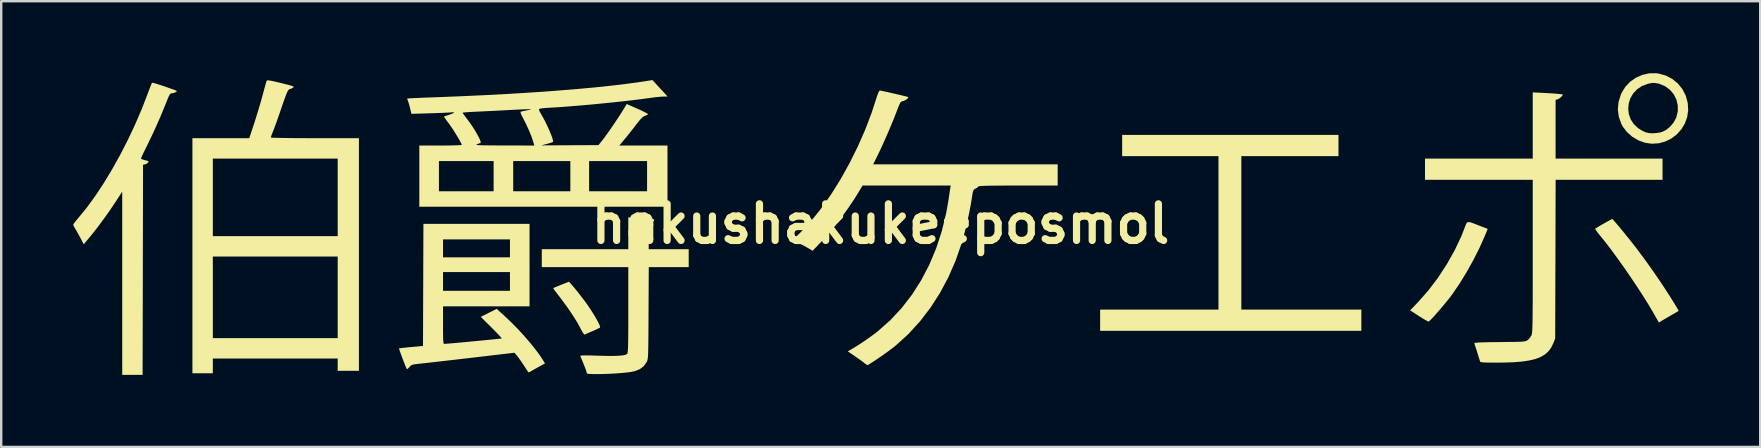
<source format=kicad_pcb>
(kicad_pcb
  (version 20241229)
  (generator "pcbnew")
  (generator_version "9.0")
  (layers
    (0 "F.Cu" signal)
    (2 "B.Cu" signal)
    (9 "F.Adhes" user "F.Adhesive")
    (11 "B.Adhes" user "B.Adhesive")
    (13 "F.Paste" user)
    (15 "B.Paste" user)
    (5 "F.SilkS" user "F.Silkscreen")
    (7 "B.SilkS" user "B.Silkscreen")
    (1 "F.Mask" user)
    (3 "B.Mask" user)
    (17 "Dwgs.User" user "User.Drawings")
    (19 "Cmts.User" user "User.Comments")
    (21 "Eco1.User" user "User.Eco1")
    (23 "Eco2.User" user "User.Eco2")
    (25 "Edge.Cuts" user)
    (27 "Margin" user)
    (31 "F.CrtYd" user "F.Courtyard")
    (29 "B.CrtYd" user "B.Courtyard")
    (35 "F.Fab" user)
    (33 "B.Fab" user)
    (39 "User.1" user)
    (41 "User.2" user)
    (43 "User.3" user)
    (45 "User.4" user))
  (footprint "hakushakukeeposmol"
    (layer "F.Cu")
    (at 33.629 6.276)
    (property "Reference" "hakushakukeeposmol" (at 0 0 0) (layer "F.SilkS") (effects (font (size 1.524 1.524) (thickness 0.3))))
    (attr board_only exclude_from_pos_files exclude_from_bom)
    (fp_poly (pts (xy 19.076 -2.822) (xy 15.029 -2.822) (xy 15.029 3.57) (xy 20.028 3.57) (xy 20.028 4.454) (xy 9.147 4.454) (xy 9.147 3.57) (xy 14.077 3.57) (xy 14.077 -2.822) (xy 10.065 -2.822) (xy 10.065 -3.706) (xy 19.076 -3.706)) (stroke (width 0) (type solid)) (fill yes) (layer "F.SilkS"))
    (fp_poly (pts (xy 24.563 -0.068) (xy 24.677 -0.03) (xy 24.837 0.032) (xy 24.934 0.07) (xy 25.293 0.209) (xy 25.156 0.538) (xy 24.943 1.015) (xy 24.692 1.511) (xy 24.415 2.007) (xy 24.124 2.48) (xy 23.831 2.911) (xy 23.778 2.983) (xy 23.681 3.11) (xy 23.563 3.256) (xy 23.433 3.413) (xy 23.298 3.572) (xy 23.167 3.723) (xy 23.046 3.858) (xy 22.945 3.966) (xy 22.871 4.04) (xy 22.833 4.069) (xy 22.793 4.056) (xy 22.708 4.011) (xy 22.591 3.942) (xy 22.452 3.856) (xy 22.43 3.841) (xy 22.062 3.603) (xy 22.397 3.251) (xy 22.822 2.769) (xy 23.223 2.24) (xy 23.591 1.677) (xy 23.918 1.097) (xy 24.193 0.514) (xy 24.313 0.211) (xy 24.359 0.085) (xy 24.396 -0.004) (xy 24.435 -0.057) (xy 24.487 -0.077)) (stroke (width 0) (type solid)) (fill yes) (layer "F.SilkS"))
    (fp_poly (pts (xy -12.949 2.44) (xy -12.884 2.511) (xy -12.793 2.617) (xy -12.684 2.75) (xy -12.566 2.899) (xy -12.444 3.055) (xy -12.327 3.209) (xy -12.223 3.352) (xy -12.166 3.434) (xy -12.039 3.624) (xy -11.925 3.808) (xy -11.827 3.976) (xy -11.75 4.12) (xy -11.699 4.231) (xy -11.68 4.3) (xy -11.684 4.317) (xy -11.731 4.344) (xy -11.839 4.396) (xy -12.008 4.472) (xy -12.239 4.573) (xy -12.327 4.611) (xy -12.358 4.59) (xy -12.406 4.521) (xy -12.463 4.419) (xy -12.471 4.404) (xy -12.618 4.13) (xy -12.807 3.826) (xy -13.038 3.486) (xy -13.316 3.106) (xy -13.58 2.764) (xy -13.62 2.705) (xy -13.631 2.674) (xy -13.631 2.674) (xy -13.592 2.655) (xy -13.507 2.62) (xy -13.394 2.573) (xy -13.269 2.523) (xy -13.149 2.476) (xy -13.051 2.438) (xy -12.991 2.417) (xy -12.981 2.414)) (stroke (width 0) (type solid)) (fill yes) (layer "F.SilkS"))
    (fp_poly (pts (xy 30.51 -0.179) (xy 30.573 -0.108) (xy 30.665 -0.001) (xy 30.78 0.135) (xy 30.909 0.292) (xy 31.047 0.461) (xy 31.187 0.635) (xy 31.322 0.804) (xy 31.445 0.961) (xy 31.49 1.02) (xy 31.838 1.487) (xy 32.196 1.989) (xy 32.545 2.5) (xy 32.866 2.994) (xy 32.905 3.056) (xy 33.013 3.229) (xy 33.106 3.38) (xy 33.18 3.503) (xy 33.229 3.586) (xy 33.247 3.622) (xy 33.247 3.623) (xy 33.215 3.643) (xy 33.138 3.689) (xy 33.026 3.753) (xy 32.932 3.808) (xy 32.791 3.889) (xy 32.661 3.965) (xy 32.562 4.023) (xy 32.524 4.046) (xy 32.422 4.107) (xy 32.167 3.662) (xy 31.98 3.347) (xy 31.761 2.997) (xy 31.519 2.624) (xy 31.261 2.239) (xy 30.996 1.853) (xy 30.73 1.479) (xy 30.472 1.126) (xy 30.23 0.807) (xy 30.011 0.534) (xy 29.96 0.472) (xy 29.873 0.364) (xy 29.807 0.274) (xy 29.773 0.216) (xy 29.771 0.202) (xy 29.804 0.178) (xy 29.882 0.129) (xy 29.99 0.065) (xy 30.115 -0.007) (xy 30.241 -0.078) (xy 30.353 -0.14) (xy 30.438 -0.185) (xy 30.48 -0.204) (xy 30.481 -0.204)) (stroke (width 0) (type solid)) (fill yes) (layer "F.SilkS"))
    (fp_poly (pts (xy 32.408 -6.263) (xy 32.711 -6.178) (xy 32.982 -6.037) (xy 33.216 -5.845) (xy 33.405 -5.609) (xy 33.544 -5.337) (xy 33.626 -5.033) (xy 33.626 -5.031) (xy 33.643 -4.728) (xy 33.599 -4.44) (xy 33.5 -4.173) (xy 33.354 -3.933) (xy 33.166 -3.725) (xy 32.942 -3.556) (xy 32.69 -3.431) (xy 32.416 -3.357) (xy 32.125 -3.339) (xy 31.844 -3.379) (xy 31.567 -3.479) (xy 31.312 -3.631) (xy 31.091 -3.827) (xy 30.917 -4.056) (xy 30.859 -4.164) (xy 30.752 -4.464) (xy 30.713 -4.769) (xy 30.716 -4.795) (xy 31.145 -4.795) (xy 31.172 -4.571) (xy 31.247 -4.357) (xy 31.374 -4.16) (xy 31.552 -3.99) (xy 31.732 -3.878) (xy 31.874 -3.815) (xy 31.999 -3.784) (xy 32.147 -3.774) (xy 32.166 -3.774) (xy 32.316 -3.784) (xy 32.469 -3.807) (xy 32.56 -3.831) (xy 32.733 -3.92) (xy 32.899 -4.06) (xy 33.042 -4.231) (xy 33.142 -4.418) (xy 33.147 -4.431) (xy 33.21 -4.687) (xy 33.209 -4.939) (xy 33.152 -5.178) (xy 33.042 -5.397) (xy 32.885 -5.584) (xy 32.685 -5.732) (xy 32.448 -5.832) (xy 32.365 -5.852) (xy 32.236 -5.871) (xy 32.12 -5.867) (xy 31.981 -5.839) (xy 31.963 -5.834) (xy 31.715 -5.741) (xy 31.511 -5.604) (xy 31.351 -5.432) (xy 31.235 -5.234) (xy 31.167 -5.018) (xy 31.145 -4.795) (xy 30.716 -4.795) (xy 30.742 -5.077) (xy 30.839 -5.388) (xy 30.871 -5.461) (xy 31.024 -5.71) (xy 31.226 -5.921) (xy 31.466 -6.089) (xy 31.734 -6.207) (xy 32.02 -6.272) (xy 32.312 -6.276)) (stroke (width 0) (type solid)) (fill yes) (layer "F.SilkS"))
    (fp_poly (pts (xy -25.471 -5.976) (xy -25.377 -5.96) (xy -25.239 -5.93) (xy -25.047 -5.885) (xy -24.978 -5.869) (xy -24.77 -5.817) (xy -24.62 -5.778) (xy -24.521 -5.748) (xy -24.466 -5.725) (xy -24.446 -5.705) (xy -24.455 -5.687) (xy -24.457 -5.685) (xy -24.532 -5.641) (xy -24.603 -5.615) (xy -24.634 -5.603) (xy -24.662 -5.58) (xy -24.691 -5.538) (xy -24.725 -5.468) (xy -24.767 -5.364) (xy -24.821 -5.217) (xy -24.891 -5.02) (xy -24.957 -4.827) (xy -25.036 -4.597) (xy -25.114 -4.375) (xy -25.186 -4.173) (xy -25.248 -4.005) (xy -25.294 -3.883) (xy -25.309 -3.845) (xy -25.355 -3.732) (xy -25.387 -3.644) (xy -25.4 -3.599) (xy -25.4 -3.598) (xy -25.367 -3.593) (xy -25.272 -3.588) (xy -25.122 -3.584) (xy -24.922 -3.58) (xy -24.679 -3.576) (xy -24.399 -3.573) (xy -24.088 -3.571) (xy -23.752 -3.57) (xy -23.564 -3.57) (xy -21.728 -3.57) (xy -21.728 6.12) (xy -22.612 6.12) (xy -22.612 5.61) (xy -27.814 5.61) (xy -27.814 6.222) (xy -28.664 6.222) (xy -28.664 4.76) (xy -27.814 4.76) (xy -22.612 4.76) (xy -22.612 1.36) (xy -27.814 1.36) (xy -27.814 4.76) (xy -28.664 4.76) (xy -28.664 0.51) (xy -27.814 0.51) (xy -22.612 0.51) (xy -22.612 -2.72) (xy -27.814 -2.72) (xy -27.814 0.51) (xy -28.664 0.51) (xy -28.664 -3.57) (xy -26.295 -3.57) (xy -26.09 -4.191) (xy -26.012 -4.436) (xy -25.928 -4.708) (xy -25.846 -4.982) (xy -25.775 -5.232) (xy -25.741 -5.355) (xy -25.691 -5.541) (xy -25.646 -5.707) (xy -25.609 -5.839) (xy -25.584 -5.926) (xy -25.575 -5.954) (xy -25.56 -5.972) (xy -25.529 -5.98)) (stroke (width 0) (type solid)) (fill yes) (layer "F.SilkS"))
    (fp_poly (pts (xy -30.309 -5.875) (xy -30.219 -5.852) (xy -30.09 -5.814) (xy -29.935 -5.763) (xy -29.894 -5.749) (xy -29.682 -5.676) (xy -29.526 -5.621) (xy -29.418 -5.583) (xy -29.352 -5.556) (xy -29.32 -5.537) (xy -29.314 -5.523) (xy -29.327 -5.51) (xy -29.351 -5.494) (xy -29.359 -5.489) (xy -29.445 -5.451) (xy -29.514 -5.44) (xy -29.553 -5.436) (xy -29.586 -5.416) (xy -29.619 -5.37) (xy -29.66 -5.288) (xy -29.713 -5.16) (xy -29.766 -5.026) (xy -30.009 -4.436) (xy -30.28 -3.828) (xy -30.563 -3.24) (xy -30.566 -3.235) (xy -30.648 -3.069) (xy -30.718 -2.924) (xy -30.771 -2.811) (xy -30.801 -2.741) (xy -30.806 -2.724) (xy -30.776 -2.699) (xy -30.699 -2.67) (xy -30.635 -2.652) (xy -30.536 -2.626) (xy -30.493 -2.605) (xy -30.494 -2.579) (xy -30.519 -2.548) (xy -30.593 -2.494) (xy -30.648 -2.476) (xy -30.721 -2.465) (xy -30.73 1.913) (xy -30.739 6.29) (xy -31.588 6.29) (xy -31.588 -1.343) (xy -31.863 -0.921) (xy -32.095 -0.575) (xy -32.35 -0.216) (xy -32.611 0.136) (xy -32.863 0.457) (xy -32.956 0.569) (xy -33.19 0.85) (xy -33.329 0.586) (xy -33.404 0.448) (xy -33.478 0.315) (xy -33.538 0.214) (xy -33.549 0.196) (xy -33.598 0.111) (xy -33.626 0.047) (xy -33.629 0.033) (xy -33.608 -0.006) (xy -33.551 -0.084) (xy -33.468 -0.186) (xy -33.408 -0.256) (xy -33.062 -0.68) (xy -32.71 -1.163) (xy -32.359 -1.695) (xy -32.012 -2.268) (xy -31.675 -2.872) (xy -31.353 -3.499) (xy -31.051 -4.14) (xy -30.773 -4.786) (xy -30.548 -5.368) (xy -30.484 -5.538) (xy -30.428 -5.686) (xy -30.383 -5.798) (xy -30.354 -5.865) (xy -30.347 -5.877)) (stroke (width 0) (type solid)) (fill yes) (layer "F.SilkS"))
    (fp_poly (pts (xy -10.107 -0.254) (xy -9.851 -0.24) (xy -9.659 -0.226) (xy -9.526 -0.209) (xy -9.448 -0.19) (xy -9.42 -0.165) (xy -9.439 -0.135) (xy -9.501 -0.097) (xy -9.538 -0.078) (xy -9.657 -0.021) (xy -9.657 1.054) (xy -7.991 1.054) (xy -7.991 1.802) (xy -9.654 1.802) (xy -9.664 3.715) (xy -9.666 4.123) (xy -9.668 4.47) (xy -9.67 4.759) (xy -9.673 4.998) (xy -9.676 5.191) (xy -9.68 5.344) (xy -9.685 5.463) (xy -9.691 5.553) (xy -9.699 5.62) (xy -9.709 5.67) (xy -9.721 5.708) (xy -9.734 5.74) (xy -9.75 5.77) (xy -9.871 5.935) (xy -10.039 6.057) (xy -10.235 6.134) (xy -10.365 6.162) (xy -10.55 6.188) (xy -10.778 6.211) (xy -11.036 6.23) (xy -11.311 6.245) (xy -11.59 6.254) (xy -11.807 6.256) (xy -11.987 6.255) (xy -12.109 6.252) (xy -12.185 6.245) (xy -12.225 6.231) (xy -12.24 6.211) (xy -12.242 6.197) (xy -12.249 6.156) (xy -12.272 6.084) (xy -12.314 5.973) (xy -12.377 5.817) (xy -12.463 5.608) (xy -12.504 5.512) (xy -12.502 5.497) (xy -12.475 5.486) (xy -12.415 5.48) (xy -12.316 5.477) (xy -12.17 5.479) (xy -11.968 5.484) (xy -11.792 5.49) (xy -11.438 5.499) (xy -11.148 5.5) (xy -10.918 5.493) (xy -10.746 5.478) (xy -10.628 5.454) (xy -10.561 5.421) (xy -10.556 5.417) (xy -10.545 5.397) (xy -10.536 5.36) (xy -10.528 5.298) (xy -10.522 5.208) (xy -10.517 5.084) (xy -10.513 4.92) (xy -10.51 4.712) (xy -10.508 4.453) (xy -10.507 4.14) (xy -10.507 3.766) (xy -10.507 3.585) (xy -10.507 1.802) (xy -14.111 1.802) (xy -14.111 1.054) (xy -10.507 1.054) (xy -10.507 -0.272)) (stroke (width 0) (type solid)) (fill yes) (layer "F.SilkS"))
    (fp_poly (pts (xy 27.653 -5.454) (xy 27.841 -5.444) (xy 28.019 -5.433) (xy 28.167 -5.422) (xy 28.269 -5.412) (xy 28.285 -5.41) (xy 28.433 -5.389) (xy 28.362 -5.3) (xy 28.286 -5.23) (xy 28.206 -5.189) (xy 28.12 -5.167) (xy 28.12 -2.72) (xy 32.575 -2.72) (xy 32.575 -1.836) (xy 28.122 -1.836) (xy 28.113 1.471) (xy 28.103 4.777) (xy 28.023 4.977) (xy 27.934 5.157) (xy 27.82 5.31) (xy 27.677 5.438) (xy 27.5 5.543) (xy 27.282 5.627) (xy 27.021 5.69) (xy 26.71 5.736) (xy 26.344 5.765) (xy 25.92 5.778) (xy 25.655 5.78) (xy 25.411 5.779) (xy 25.229 5.776) (xy 25.101 5.769) (xy 25.021 5.759) (xy 24.982 5.745) (xy 24.976 5.738) (xy 24.961 5.689) (xy 24.93 5.591) (xy 24.889 5.46) (xy 24.856 5.355) (xy 24.811 5.21) (xy 24.771 5.087) (xy 24.743 5.003) (xy 24.733 4.974) (xy 24.743 4.962) (xy 24.789 4.952) (xy 24.877 4.944) (xy 25.011 4.937) (xy 25.196 4.932) (xy 25.438 4.927) (xy 25.742 4.924) (xy 25.786 4.923) (xy 26.085 4.92) (xy 26.324 4.917) (xy 26.51 4.914) (xy 26.65 4.909) (xy 26.754 4.902) (xy 26.827 4.893) (xy 26.879 4.882) (xy 26.916 4.867) (xy 26.946 4.848) (xy 26.953 4.843) (xy 27.036 4.762) (xy 27.105 4.663) (xy 27.109 4.656) (xy 27.119 4.633) (xy 27.127 4.603) (xy 27.135 4.561) (xy 27.142 4.504) (xy 27.148 4.427) (xy 27.152 4.326) (xy 27.156 4.197) (xy 27.16 4.036) (xy 27.162 3.839) (xy 27.164 3.601) (xy 27.166 3.318) (xy 27.167 2.986) (xy 27.168 2.601) (xy 27.168 2.159) (xy 27.168 1.655) (xy 27.168 1.352) (xy 27.168 -1.836) (xy 22.68 -1.836) (xy 22.68 -2.72) (xy 27.168 -2.72) (xy 27.168 -5.477)) (stroke (width 0) (type solid)) (fill yes) (layer "F.SilkS"))
    (fp_poly (pts (xy -14.621 3.434) (xy -18.225 3.434) (xy -18.225 4.216) (xy -18.225 4.479) (xy -18.222 4.68) (xy -18.217 4.827) (xy -18.209 4.924) (xy -18.199 4.979) (xy -18.185 4.998) (xy -18.183 4.999) (xy -18.128 4.996) (xy -18.017 4.987) (xy -17.86 4.974) (xy -17.667 4.957) (xy -17.447 4.937) (xy -17.208 4.915) (xy -16.961 4.892) (xy -16.715 4.868) (xy -16.479 4.845) (xy -16.263 4.824) (xy -16.075 4.805) (xy -15.926 4.79) (xy -15.824 4.778) (xy -15.779 4.772) (xy -15.778 4.771) (xy -15.796 4.744) (xy -15.855 4.677) (xy -15.949 4.578) (xy -16.069 4.454) (xy -16.208 4.315) (xy -16.653 3.873) (xy -16.321 3.706) (xy -15.989 3.54) (xy -15.62 3.875) (xy -15.371 4.111) (xy -15.114 4.373) (xy -14.86 4.649) (xy -14.617 4.928) (xy -14.398 5.198) (xy -14.212 5.447) (xy -14.08 5.645) (xy -13.977 5.812) (xy -14.206 5.938) (xy -14.333 6.008) (xy -14.452 6.075) (xy -14.538 6.124) (xy -14.54 6.126) (xy -14.613 6.166) (xy -14.656 6.186) (xy -14.659 6.186) (xy -14.682 6.159) (xy -14.733 6.086) (xy -14.803 5.98) (xy -14.859 5.894) (xy -14.951 5.755) (xy -15.043 5.624) (xy -15.119 5.521) (xy -15.148 5.485) (xy -15.25 5.367) (xy -17.001 5.573) (xy -17.354 5.614) (xy -17.699 5.654) (xy -18.027 5.692) (xy -18.33 5.727) (xy -18.601 5.758) (xy -18.83 5.784) (xy -19.009 5.804) (xy -19.13 5.816) (xy -19.144 5.818) (xy -19.313 5.836) (xy -19.428 5.852) (xy -19.505 5.871) (xy -19.557 5.896) (xy -19.598 5.933) (xy -19.625 5.963) (xy -19.684 6.025) (xy -19.724 6.053) (xy -19.73 6.052) (xy -19.751 6.013) (xy -19.788 5.926) (xy -19.836 5.806) (xy -19.889 5.667) (xy -19.943 5.524) (xy -19.992 5.39) (xy -20.031 5.28) (xy -20.054 5.208) (xy -20.058 5.187) (xy -20.021 5.18) (xy -19.929 5.168) (xy -19.794 5.153) (xy -19.627 5.136) (xy -19.552 5.129) (xy -19.059 5.083) (xy -19.051 2.788) (xy -18.225 2.788) (xy -15.437 2.788) (xy -15.437 2.006) (xy -18.225 2.006) (xy -18.225 2.788) (xy -19.051 2.788) (xy -19.05 2.542) (xy -19.046 1.394) (xy -18.225 1.394) (xy -15.437 1.394) (xy -15.437 0.646) (xy -18.225 0.646) (xy -18.225 1.394) (xy -19.046 1.394) (xy -19.041 0) (xy -14.621 0)) (stroke (width 0) (type solid)) (fill yes) (layer "F.SilkS"))
    (fp_poly (pts (xy 0.02 -5.547) (xy 0.121 -5.526) (xy 0.259 -5.496) (xy 0.42 -5.46) (xy 0.592 -5.421) (xy 0.761 -5.382) (xy 0.915 -5.345) (xy 1.041 -5.314) (xy 1.124 -5.293) (xy 1.153 -5.283) (xy 1.15 -5.25) (xy 1.103 -5.202) (xy 1.032 -5.154) (xy 0.955 -5.12) (xy 0.935 -5.115) (xy 0.89 -5.104) (xy 0.854 -5.082) (xy 0.82 -5.04) (xy 0.783 -4.966) (xy 0.735 -4.85) (xy 0.67 -4.682) (xy 0.664 -4.664) (xy 0.558 -4.393) (xy 0.432 -4.086) (xy 0.294 -3.762) (xy 0.152 -3.44) (xy 0.015 -3.139) (xy -0.109 -2.878) (xy -0.141 -2.814) (xy -0.307 -2.482) (xy 7.379 -2.482) (xy 7.379 -1.598) (xy 5.729 -1.598) (xy 5.293 -1.597) (xy 4.924 -1.595) (xy 4.621 -1.592) (xy 4.385 -1.587) (xy 4.216 -1.58) (xy 4.114 -1.573) (xy 4.08 -1.564) (xy 4.053 -1.528) (xy 3.984 -1.484) (xy 3.967 -1.475) (xy 3.919 -1.45) (xy 3.884 -1.421) (xy 3.86 -1.375) (xy 3.84 -1.3) (xy 3.819 -1.181) (xy 3.796 -1.025) (xy 3.748 -0.743) (xy 3.684 -0.419) (xy 3.608 -0.073) (xy 3.525 0.272) (xy 3.44 0.596) (xy 3.379 0.805) (xy 3.129 1.528) (xy 2.827 2.22) (xy 2.476 2.876) (xy 2.079 3.493) (xy 1.64 4.065) (xy 1.161 4.588) (xy 0.645 5.057) (xy 0.578 5.112) (xy 0.464 5.2) (xy 0.324 5.304) (xy 0.167 5.416) (xy 0.004 5.531) (xy -0.155 5.64) (xy -0.3 5.737) (xy -0.42 5.814) (xy -0.506 5.865) (xy -0.546 5.882) (xy -0.587 5.862) (xy -0.655 5.813) (xy -0.674 5.797) (xy -0.745 5.742) (xy -0.856 5.661) (xy -0.987 5.568) (xy -1.07 5.511) (xy -1.365 5.31) (xy -1.201 5.216) (xy -0.984 5.084) (xy -0.738 4.924) (xy -0.488 4.752) (xy -0.257 4.584) (xy -0.113 4.472) (xy 0.406 4.013) (xy 0.882 3.503) (xy 1.312 2.946) (xy 1.696 2.343) (xy 2.033 1.699) (xy 2.319 1.015) (xy 2.554 0.296) (xy 2.737 -0.457) (xy 2.838 -1.037) (xy 2.861 -1.199) (xy 2.883 -1.344) (xy 2.899 -1.455) (xy 2.907 -1.505) (xy 2.923 -1.598) (xy -0.75 -1.598) (xy -0.842 -1.44) (xy -1.109 -1.009) (xy -1.408 -0.569) (xy -1.727 -0.136) (xy -2.053 0.274) (xy -2.373 0.642) (xy -2.499 0.776) (xy -2.83 1.121) (xy -2.971 1.035) (xy -3.068 0.979) (xy -3.201 0.906) (xy -3.346 0.83) (xy -3.387 0.809) (xy -3.663 0.669) (xy -3.448 0.468) (xy -3.289 0.31) (xy -3.104 0.112) (xy -2.906 -0.112) (xy -2.708 -0.348) (xy -2.524 -0.579) (xy -2.455 -0.668) (xy -2.05 -1.242) (xy -1.659 -1.869) (xy -1.288 -2.536) (xy -0.945 -3.226) (xy -0.638 -3.926) (xy -0.373 -4.621) (xy -0.211 -5.117) (xy -0.145 -5.324) (xy -0.092 -5.464) (xy -0.052 -5.54) (xy -0.03 -5.556)) (stroke (width 0) (type solid)) (fill yes) (layer "F.SilkS"))
    (fp_poly (pts (xy -9.185 -5.648) (xy -8.869 -5.304) (xy -9.04 -5.304) (xy -9.139 -5.299) (xy -9.287 -5.286) (xy -9.463 -5.265) (xy -9.648 -5.24) (xy -9.663 -5.238) (xy -9.968 -5.197) (xy -10.327 -5.152) (xy -10.729 -5.106) (xy -11.16 -5.06) (xy -11.609 -5.015) (xy -12.062 -4.971) (xy -12.507 -4.932) (xy -12.931 -4.897) (xy -13.321 -4.867) (xy -13.665 -4.845) (xy -13.743 -4.841) (xy -13.91 -4.831) (xy -14.054 -4.818) (xy -14.16 -4.805) (xy -14.214 -4.794) (xy -14.215 -4.793) (xy -14.227 -4.759) (xy -14.202 -4.687) (xy -14.137 -4.57) (xy -14.137 -4.568) (xy -14.044 -4.406) (xy -13.952 -4.228) (xy -13.863 -4.043) (xy -13.783 -3.864) (xy -13.717 -3.701) (xy -13.668 -3.564) (xy -13.642 -3.465) (xy -13.644 -3.415) (xy -13.645 -3.413) (xy -13.685 -3.396) (xy -13.773 -3.367) (xy -13.889 -3.334) (xy -13.896 -3.332) (xy -14.128 -3.27) (xy -12.939 -3.276) (xy -11.751 -3.281) (xy -11.586 -3.485) (xy -11.496 -3.602) (xy -11.379 -3.763) (xy -11.246 -3.953) (xy -11.105 -4.159) (xy -10.965 -4.367) (xy -10.837 -4.563) (xy -10.73 -4.733) (xy -10.699 -4.783) (xy -10.573 -4.993) (xy -10.132 -4.8) (xy -9.974 -4.729) (xy -9.84 -4.664) (xy -9.743 -4.613) (xy -9.693 -4.58) (xy -9.688 -4.573) (xy -9.716 -4.543) (xy -9.787 -4.511) (xy -9.804 -4.505) (xy -9.864 -4.479) (xy -9.929 -4.43) (xy -10.008 -4.348) (xy -10.11 -4.224) (xy -10.195 -4.114) (xy -10.321 -3.951) (xy -10.456 -3.779) (xy -10.583 -3.621) (xy -10.674 -3.511) (xy -10.881 -3.264) (xy -8.875 -3.264) (xy -8.875 -0.714) (xy -19.212 -0.714) (xy -19.212 -1.36) (xy -18.395 -1.36) (xy -16.117 -1.36) (xy -15.301 -1.36) (xy -12.921 -1.36) (xy -12.139 -1.36) (xy -9.725 -1.36) (xy -9.725 -2.618) (xy -12.139 -2.618) (xy -12.139 -1.36) (xy -12.921 -1.36) (xy -12.921 -2.618) (xy -15.301 -2.618) (xy -15.301 -1.36) (xy -16.117 -1.36) (xy -16.117 -2.618) (xy -18.395 -2.618) (xy -18.395 -1.36) (xy -19.212 -1.36) (xy -19.212 -3.264) (xy -18.327 -3.264) (xy -18.09 -3.265) (xy -17.877 -3.268) (xy -17.697 -3.272) (xy -17.559 -3.278) (xy -17.471 -3.284) (xy -17.443 -3.291) (xy -17.461 -3.342) (xy -17.51 -3.436) (xy -17.581 -3.563) (xy -17.669 -3.708) (xy -17.764 -3.861) (xy -17.861 -4.008) (xy -17.95 -4.137) (xy -17.992 -4.195) (xy -18.077 -4.308) (xy -18.142 -4.4) (xy -18.18 -4.457) (xy -18.185 -4.471) (xy -18.149 -4.485) (xy -18.069 -4.512) (xy -17.987 -4.539) (xy -17.857 -4.585) (xy -17.782 -4.621) (xy -17.775 -4.63) (xy -17.409 -4.63) (xy -17.39 -4.596) (xy -17.339 -4.524) (xy -17.267 -4.429) (xy -17.262 -4.422) (xy -17.133 -4.25) (xy -17.01 -4.073) (xy -16.898 -3.898) (xy -16.802 -3.734) (xy -16.726 -3.591) (xy -16.675 -3.475) (xy -16.653 -3.397) (xy -16.667 -3.365) (xy -16.67 -3.365) (xy -16.729 -3.35) (xy -16.812 -3.318) (xy -16.814 -3.316) (xy -16.834 -3.304) (xy -16.831 -3.294) (xy -16.8 -3.286) (xy -16.734 -3.28) (xy -16.63 -3.275) (xy -16.48 -3.272) (xy -16.279 -3.27) (xy -16.022 -3.268) (xy -15.703 -3.267) (xy -15.669 -3.267) (xy -14.421 -3.264) (xy -14.47 -3.429) (xy -14.548 -3.659) (xy -14.656 -3.92) (xy -14.781 -4.19) (xy -14.878 -4.379) (xy -14.954 -4.527) (xy -14.992 -4.622) (xy -14.994 -4.669) (xy -14.987 -4.674) (xy -14.932 -4.688) (xy -14.834 -4.709) (xy -14.746 -4.727) (xy -14.643 -4.75) (xy -14.576 -4.769) (xy -14.56 -4.779) (xy -14.596 -4.78) (xy -14.691 -4.778) (xy -14.835 -4.773) (xy -15.02 -4.765) (xy -15.235 -4.755) (xy -15.439 -4.744) (xy -15.715 -4.729) (xy -16.005 -4.714) (xy -16.292 -4.7) (xy -16.555 -4.687) (xy -16.778 -4.676) (xy -16.857 -4.673) (xy -17.042 -4.664) (xy -17.201 -4.654) (xy -17.322 -4.644) (xy -17.394 -4.635) (xy -17.409 -4.63) (xy -17.775 -4.63) (xy -17.766 -4.644) (xy -17.811 -4.651) (xy -17.885 -4.645) (xy -17.965 -4.639) (xy -18.099 -4.632) (xy -18.277 -4.624) (xy -18.485 -4.616) (xy -18.712 -4.609) (xy -18.79 -4.606) (xy -19.541 -4.585) (xy -19.601 -4.834) (xy -19.635 -4.965) (xy -19.668 -5.075) (xy -19.692 -5.142) (xy -19.694 -5.146) (xy -19.716 -5.201) (xy -19.715 -5.221) (xy -19.679 -5.225) (xy -19.584 -5.231) (xy -19.437 -5.239) (xy -19.248 -5.247) (xy -19.025 -5.257) (xy -18.776 -5.266) (xy -18.683 -5.269) (xy -17.567 -5.313) (xy -16.498 -5.362) (xy -15.478 -5.416) (xy -14.509 -5.476) (xy -13.594 -5.54) (xy -12.734 -5.609) (xy -11.933 -5.682) (xy -11.192 -5.76) (xy -10.514 -5.842) (xy -9.9 -5.927) (xy -9.639 -5.968) (xy -9.502 -5.991)) (stroke (width 0) (type solid)) (fill yes) (layer "F.SilkS")))
  (gr_rect
    (start -3 -3)
    (end 70.272 15.566)
    (stroke (width 0.1) (type default))
    (fill no)
    (layer "Edge.Cuts")))
</source>
